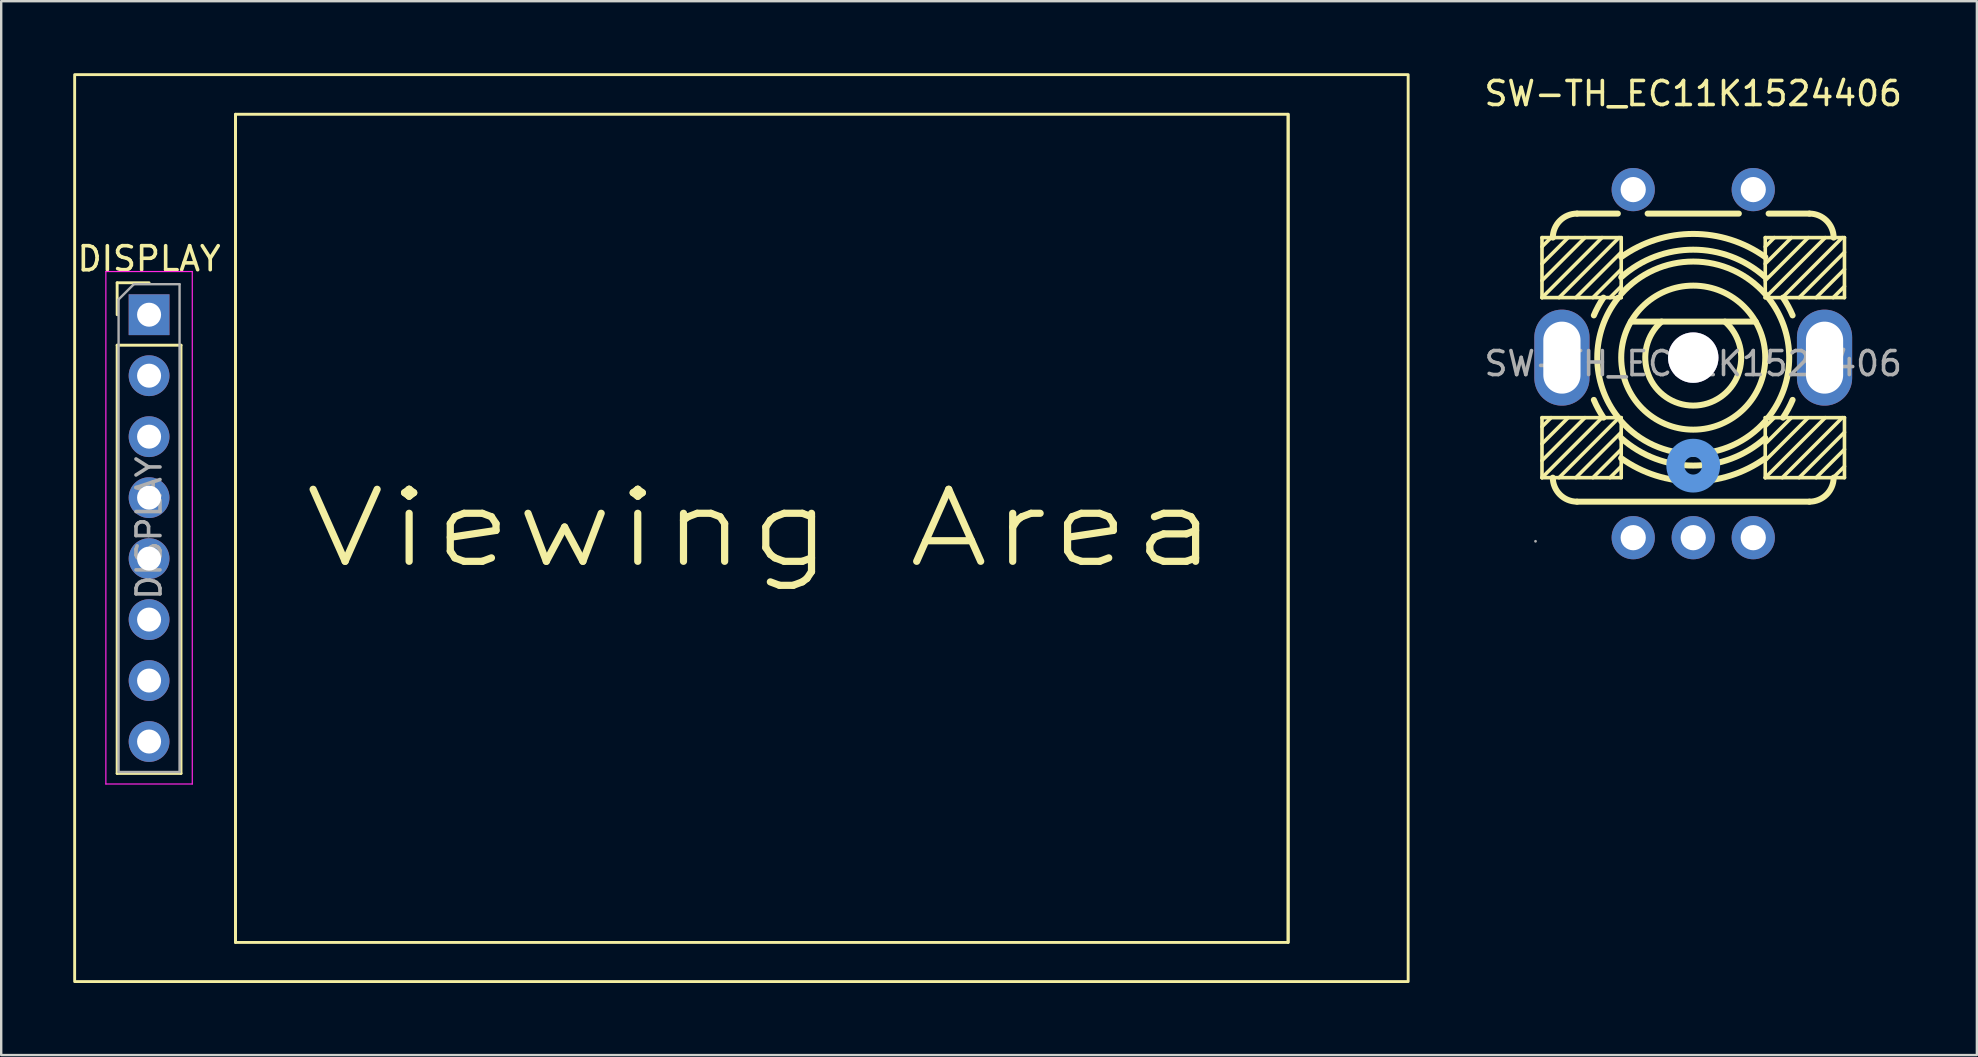
<source format=kicad_pcb>
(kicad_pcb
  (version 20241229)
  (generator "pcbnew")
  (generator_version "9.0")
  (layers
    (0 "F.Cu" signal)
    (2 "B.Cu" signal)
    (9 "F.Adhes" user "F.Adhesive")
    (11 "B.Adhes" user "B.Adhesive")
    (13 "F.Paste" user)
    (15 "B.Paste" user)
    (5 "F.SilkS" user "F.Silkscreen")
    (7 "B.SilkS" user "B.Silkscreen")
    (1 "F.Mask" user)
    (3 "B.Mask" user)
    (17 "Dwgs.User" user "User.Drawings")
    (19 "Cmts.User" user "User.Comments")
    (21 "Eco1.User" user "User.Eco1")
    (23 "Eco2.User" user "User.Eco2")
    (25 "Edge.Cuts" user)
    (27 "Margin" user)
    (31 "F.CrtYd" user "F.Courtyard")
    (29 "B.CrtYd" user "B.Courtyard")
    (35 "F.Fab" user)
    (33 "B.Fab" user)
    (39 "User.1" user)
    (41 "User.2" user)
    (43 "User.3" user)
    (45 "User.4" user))
  (footprint "SW-TH_EC11K1524406"
    (layer "F.Cu")
    (at 67.485 12.098)
    (property "Reference" "SW-TH_EC11K1524406" (at 0 -11.25 0) (layer "F.SilkS") (effects (font (size 1 1) (thickness 0.15))))
    (attr through_hole)
    (fp_line (start -6.3 -5.25) (end -3 -5.25) (stroke (width 0.15) (type solid)) (layer "F.SilkS"))
    (fp_line (start -6.3 -4.87) (end -5.92 -5.25) (stroke (width 0.15) (type solid)) (layer "F.SilkS"))
    (fp_line (start -6.3 -4.16) (end -5.21 -5.25) (stroke (width 0.15) (type solid)) (layer "F.SilkS"))
    (fp_line (start -6.3 -3.46) (end -4.51 -5.25) (stroke (width 0.15) (type solid)) (layer "F.SilkS"))
    (fp_line (start -6.3 -2.75) (end -6.3 -5.25) (stroke (width 0.15) (type solid)) (layer "F.SilkS"))
    (fp_line (start -6.3 -2.75) (end -3.8 -5.25) (stroke (width 0.15) (type solid)) (layer "F.SilkS"))
    (fp_line (start -6.3 2.25) (end -3 2.25) (stroke (width 0.15) (type solid)) (layer "F.SilkS"))
    (fp_line (start -6.3 2.63) (end -5.92 2.25) (stroke (width 0.15) (type solid)) (layer "F.SilkS"))
    (fp_line (start -6.3 3.34) (end -5.21 2.25) (stroke (width 0.15) (type solid)) (layer "F.SilkS"))
    (fp_line (start -6.3 4.04) (end -4.51 2.25) (stroke (width 0.15) (type solid)) (layer "F.SilkS"))
    (fp_line (start -6.3 4.75) (end -6.3 2.25) (stroke (width 0.15) (type solid)) (layer "F.SilkS"))
    (fp_line (start -6.3 4.75) (end -3.8 2.25) (stroke (width 0.15) (type solid)) (layer "F.SilkS"))
    (fp_line (start -5.59 -2.75) (end -3.09 -5.25) (stroke (width 0.15) (type solid)) (layer "F.SilkS"))
    (fp_line (start -5.59 4.75) (end -3.09 2.25) (stroke (width 0.15) (type solid)) (layer "F.SilkS"))
    (fp_line (start -4.89 -2.75) (end -3 -4.64) (stroke (width 0.15) (type solid)) (layer "F.SilkS"))
    (fp_line (start -4.89 4.75) (end -3 2.86) (stroke (width 0.15) (type solid)) (layer "F.SilkS"))
    (fp_line (start -4.84 -6.25) (end -3.14 -6.25) (stroke (width 0.25) (type solid)) (layer "F.SilkS"))
    (fp_line (start -4.84 5.75) (end 4.84 5.75) (stroke (width 0.25) (type solid)) (layer "F.SilkS"))
    (fp_line (start -4.18 -2.75) (end -3 -3.93) (stroke (width 0.15) (type solid)) (layer "F.SilkS"))
    (fp_line (start -4.18 4.75) (end -3 3.57) (stroke (width 0.15) (type solid)) (layer "F.SilkS"))
    (fp_line (start -3.47 -2.75) (end -3 -3.22) (stroke (width 0.15) (type solid)) (layer "F.SilkS"))
    (fp_line (start -3.47 4.75) (end -3 4.28) (stroke (width 0.15) (type solid)) (layer "F.SilkS"))
    (fp_line (start -3 -5.25) (end -3 -2.75) (stroke (width 0.15) (type solid)) (layer "F.SilkS"))
    (fp_line (start -3 -2.75) (end -6.3 -2.75) (stroke (width 0.15) (type solid)) (layer "F.SilkS"))
    (fp_line (start -3 2.25) (end -3 4.75) (stroke (width 0.15) (type solid)) (layer "F.SilkS"))
    (fp_line (start -3 4.75) (end -6.3 4.75) (stroke (width 0.15) (type solid)) (layer "F.SilkS"))
    (fp_line (start -2.6 -1.75) (end 2.6 -1.75) (stroke (width 0.25) (type solid)) (layer "F.SilkS"))
    (fp_line (start -1.9 -6.25) (end 1.9 -6.25) (stroke (width 0.25) (type solid)) (layer "F.SilkS"))
    (fp_line (start 3 -5.25) (end 6.3 -5.25) (stroke (width 0.15) (type solid)) (layer "F.SilkS"))
    (fp_line (start 3 -4.87) (end 3.38 -5.25) (stroke (width 0.15) (type solid)) (layer "F.SilkS"))
    (fp_line (start 3 -4.16) (end 4.09 -5.25) (stroke (width 0.15) (type solid)) (layer "F.SilkS"))
    (fp_line (start 3 -3.46) (end 4.79 -5.25) (stroke (width 0.15) (type solid)) (layer "F.SilkS"))
    (fp_line (start 3 -2.75) (end 3 -5.25) (stroke (width 0.15) (type solid)) (layer "F.SilkS"))
    (fp_line (start 3 -2.75) (end 5.5 -5.25) (stroke (width 0.15) (type solid)) (layer "F.SilkS"))
    (fp_line (start 3 2.25) (end 6.3 2.25) (stroke (width 0.15) (type solid)) (layer "F.SilkS"))
    (fp_line (start 3 2.63) (end 3.38 2.25) (stroke (width 0.15) (type solid)) (layer "F.SilkS"))
    (fp_line (start 3 3.34) (end 4.09 2.25) (stroke (width 0.15) (type solid)) (layer "F.SilkS"))
    (fp_line (start 3 4.04) (end 4.79 2.25) (stroke (width 0.15) (type solid)) (layer "F.SilkS"))
    (fp_line (start 3 4.75) (end 3 2.25) (stroke (width 0.15) (type solid)) (layer "F.SilkS"))
    (fp_line (start 3 4.75) (end 5.5 2.25) (stroke (width 0.15) (type solid)) (layer "F.SilkS"))
    (fp_line (start 3.14 -6.25) (end 4.84 -6.25) (stroke (width 0.25) (type solid)) (layer "F.SilkS"))
    (fp_line (start 3.71 -2.75) (end 6.21 -5.25) (stroke (width 0.15) (type solid)) (layer "F.SilkS"))
    (fp_line (start 3.71 4.75) (end 6.21 2.25) (stroke (width 0.15) (type solid)) (layer "F.SilkS"))
    (fp_line (start 4.41 -2.75) (end 6.3 -4.64) (stroke (width 0.15) (type solid)) (layer "F.SilkS"))
    (fp_line (start 4.41 4.75) (end 6.3 2.86) (stroke (width 0.15) (type solid)) (layer "F.SilkS"))
    (fp_line (start 5.12 -2.75) (end 6.3 -3.93) (stroke (width 0.15) (type solid)) (layer "F.SilkS"))
    (fp_line (start 5.12 4.75) (end 6.3 3.57) (stroke (width 0.15) (type solid)) (layer "F.SilkS"))
    (fp_line (start 5.83 -2.75) (end 6.3 -3.22) (stroke (width 0.15) (type solid)) (layer "F.SilkS"))
    (fp_line (start 5.83 4.75) (end 6.3 4.28) (stroke (width 0.15) (type solid)) (layer "F.SilkS"))
    (fp_line (start 6.3 -5.25) (end 6.3 -2.75) (stroke (width 0.15) (type solid)) (layer "F.SilkS"))
    (fp_line (start 6.3 -2.75) (end 3 -2.75) (stroke (width 0.15) (type solid)) (layer "F.SilkS"))
    (fp_line (start 6.3 2.25) (end 6.3 4.75) (stroke (width 0.15) (type solid)) (layer "F.SilkS"))
    (fp_line (start 6.3 4.75) (end 3 4.75) (stroke (width 0.15) (type solid)) (layer "F.SilkS"))
    (fp_arc (start -5.85 -5.25) (mid -5.550623 -5.957785) (end -4.839872 -6.250049) (stroke (width 0.25) (type solid)) (layer "F.SilkS"))
    (fp_arc (start -4.84 5.75) (mid -5.550679 5.457659) (end -5.849952 4.749871) (stroke (width 0.25) (type solid)) (layer "F.SilkS"))
    (fp_arc (start -4.14 -2.01) (mid -3.957303 -2.389381) (end -3.739935 -2.750017) (stroke (width 0.25) (type solid)) (layer "F.SilkS"))
    (fp_arc (start -3.74 2.25) (mid -3.957366 1.889358) (end -4.14006 1.509971) (stroke (width 0.25) (type solid)) (layer "F.SilkS"))
    (fp_arc (start -3.12 2.25) (mid -3.998049 -0.248285) (end -3.122143 -2.747323) (stroke (width 0.25) (type solid)) (layer "F.SilkS"))
    (fp_arc (start -3 -4.44) (mid 0.002491 -5.403261) (end 3.00405 -4.437098) (stroke (width 0.25) (type solid)) (layer "F.SilkS"))
    (fp_arc (start -3 -3.6) (mid -0.002759 -4.746943) (end 2.995887 -3.603679) (stroke (width 0.25) (type solid)) (layer "F.SilkS"))
    (fp_arc (start -3 -2.9) (mid 0.00316 -4.25281) (end 3.00418 -2.89526) (stroke (width 0.25) (type solid)) (layer "F.SilkS"))
    (fp_arc (start 1.32 -1.75) (mid -0.001666 1.748098) (end -1.317497 -1.752199) (stroke (width 0.25) (type solid)) (layer "F.SilkS"))
    (fp_arc (start 3 2.4) (mid -0.00316 3.75281) (end -3.00418 2.39526) (stroke (width 0.25) (type solid)) (layer "F.SilkS"))
    (fp_arc (start 3 3.1) (mid 0.002759 4.246943) (end -2.995887 3.103679) (stroke (width 0.25) (type solid)) (layer "F.SilkS"))
    (fp_arc (start 3 3.94) (mid -0.002491 4.903261) (end -3.00405 3.937098) (stroke (width 0.25) (type solid)) (layer "F.SilkS"))
    (fp_arc (start 3.12 -2.75) (mid 3.998049 -0.251715) (end 3.122143 2.247323) (stroke (width 0.25) (type solid)) (layer "F.SilkS"))
    (fp_arc (start 3.74 -2.75) (mid 3.957366 -2.389358) (end 4.14006 -2.009971) (stroke (width 0.25) (type solid)) (layer "F.SilkS"))
    (fp_arc (start 4.14 1.51) (mid 3.957303 1.889381) (end 3.739935 2.250017) (stroke (width 0.25) (type solid)) (layer "F.SilkS"))
    (fp_arc (start 4.84 -6.25) (mid 5.550679 -5.957659) (end 5.849952 -5.249871) (stroke (width 0.25) (type solid)) (layer "F.SilkS"))
    (fp_arc (start 5.85 4.75) (mid 5.550623 5.457785) (end 4.839872 5.750049) (stroke (width 0.25) (type solid)) (layer "F.SilkS"))
    (fp_circle (center 0 -0.25) (end 3 -0.25) (stroke (width 0.25) (type solid)) (fill no) (layer "F.SilkS"))
    (fp_circle (center 0 -0.25) (end 0.5 -0.25) (stroke (width 1) (type solid)) (fill no) (layer "Cmts.User"))
    (fp_circle (center 0 4.25) (end 0.37 4.25) (stroke (width 0.75) (type solid)) (fill no) (layer "Cmts.User"))
    (fp_circle (center -6.57 7.4) (end -6.54 7.4) (stroke (width 0.06) (type solid)) (fill no) (layer "F.Fab"))
    (fp_text user "${REFERENCE}" (at 0 0 0) (layer "F.Fab") (effects (font (size 1 1) (thickness 0.15))))
    (pad "" thru_hole circle (at 0 -0.25) (size 2.1 2.1) (drill 2.1) (layers "*.Cu" "*.Mask"))
    (pad "A" thru_hole circle (at -2.5 7.25) (size 1.8 1.8) (drill 1.05) (layers "*.Cu" "*.Paste" "*.Mask"))
    (pad "B" thru_hole circle (at 2.5 7.25) (size 1.8 1.8) (drill 1.05) (layers "*.Cu" "*.Paste" "*.Mask"))
    (pad "C" thru_hole circle (at 0 7.25) (size 1.8 1.8) (drill 1.05) (layers "*.Cu" "*.Paste" "*.Mask"))
    (pad "D" thru_hole circle (at -2.5 -7.25) (size 1.8 1.8) (drill 1.05) (layers "*.Cu" "*.Paste" "*.Mask"))
    (pad "E" thru_hole circle (at 2.5 -7.25) (size 1.8 1.8) (drill 1.05) (layers "*.Cu" "*.Paste" "*.Mask"))
    (pad "MH1" thru_hole oval (at -5.47 -0.25 90) (size 4 2.3) (drill oval 3 1.55) (layers "*.Cu" "*.Paste" "*.Mask"))
    (pad "MH2" thru_hole oval (at 5.47 -0.25 90) (size 4 2.3) (drill oval 3 1.55) (layers "*.Cu" "*.Paste" "*.Mask")))
  (footprint "DISPLAY"
    (layer "F.Cu")
    (at 28.66 18.96)
    (property "Reference" "DISPLAY" (at -25.5 -11.23 0) (layer "F.SilkS") (effects (font (size 1 1) (thickness 0.15))))
    (attr through_hole)
    (fp_line (start -26.83 -10.23) (end -25.5 -10.23) (stroke (width 0.12) (type solid)) (layer "F.SilkS"))
    (fp_line (start -26.83 -8.9) (end -26.83 -10.23) (stroke (width 0.12) (type solid)) (layer "F.SilkS"))
    (fp_line (start -26.83 -7.63) (end -26.83 10.21) (stroke (width 0.12) (type solid)) (layer "F.SilkS"))
    (fp_line (start -26.83 -7.63) (end -24.17 -7.63) (stroke (width 0.12) (type solid)) (layer "F.SilkS"))
    (fp_line (start -26.83 10.21) (end -24.17 10.21) (stroke (width 0.12) (type solid)) (layer "F.SilkS"))
    (fp_line (start -24.17 -7.63) (end -24.17 10.21) (stroke (width 0.12) (type solid)) (layer "F.SilkS"))
    (fp_line (start -21.9 -17.25) (end -21.9 17.25) (stroke (width 0.12) (type solid)) (layer "F.SilkS"))
    (fp_line (start 21.95 -17.25) (end 21.95 17.25) (stroke (width 0.12) (type solid)) (layer "F.SilkS"))
    (fp_rect (start -28.6 -18.9) (end 26.95 18.88) (stroke (width 0.12) (type solid)) (fill no) (layer "F.SilkS"))
    (fp_rect (start -21.9 -17.25) (end 21.95 17.25) (stroke (width 0.12) (type solid)) (fill no) (layer "F.SilkS"))
    (fp_line (start -27.3 -10.7) (end -27.3 10.65) (stroke (width 0.05) (type solid)) (layer "F.CrtYd"))
    (fp_line (start -27.3 10.65) (end -23.7 10.65) (stroke (width 0.05) (type solid)) (layer "F.CrtYd"))
    (fp_line (start -23.7 -10.7) (end -27.3 -10.7) (stroke (width 0.05) (type solid)) (layer "F.CrtYd"))
    (fp_line (start -23.7 10.65) (end -23.7 -10.7) (stroke (width 0.05) (type solid)) (layer "F.CrtYd"))
    (fp_line (start -26.77 -9.535) (end -26.135 -10.17) (stroke (width 0.1) (type solid)) (layer "F.Fab"))
    (fp_line (start -26.77 10.15) (end -26.77 -9.535) (stroke (width 0.1) (type solid)) (layer "F.Fab"))
    (fp_line (start -26.135 -10.17) (end -24.23 -10.17) (stroke (width 0.1) (type solid)) (layer "F.Fab"))
    (fp_line (start -24.23 -10.17) (end -24.23 10.15) (stroke (width 0.1) (type solid)) (layer "F.Fab"))
    (fp_line (start -24.23 10.15) (end -26.77 10.15) (stroke (width 0.1) (type solid)) (layer "F.Fab"))
    (fp_text user "Viewing Area" (at 0 0 0) (unlocked yes) (layer "F.SilkS") (effects (font (size 3 4) (thickness 0.3))))
    (fp_text user "${REFERENCE}" (at -25.5 -0.01 90) (layer "F.Fab") (effects (font (size 1 1) (thickness 0.15))))
    (pad "1" thru_hole rect (at -25.5 -8.9) (size 1.7 1.7) (drill 1) (layers "*.Cu" "*.Mask"))
    (pad "2" thru_hole oval (at -25.5 -6.36) (size 1.7 1.7) (drill 1) (layers "*.Cu" "*.Mask"))
    (pad "3" thru_hole oval (at -25.5 -3.82) (size 1.7 1.7) (drill 1) (layers "*.Cu" "*.Mask"))
    (pad "4" thru_hole oval (at -25.5 -1.28) (size 1.7 1.7) (drill 1) (layers "*.Cu" "*.Mask"))
    (pad "5" thru_hole oval (at -25.5 1.26) (size 1.7 1.7) (drill 1) (layers "*.Cu" "*.Mask"))
    (pad "6" thru_hole oval (at -25.5 3.8) (size 1.7 1.7) (drill 1) (layers "*.Cu" "*.Mask"))
    (pad "7" thru_hole oval (at -25.5 6.34) (size 1.7 1.7) (drill 1) (layers "*.Cu" "*.Mask"))
    (pad "8" thru_hole oval (at -25.5 8.88) (size 1.7 1.7) (drill 1) (layers "*.Cu" "*.Mask"))
    (zone (net_name "") (layer "F.Cu") (hatch edge 0.508) (connect_pads) (min_thickness 0.254) (filled_areas_thickness no) (keepout (tracks allowed) (vias allowed) (pads allowed) (copperpour allowed) (footprints not_allowed)) (placement (enabled no)) (fill) (polygon (pts (xy 55.61 37.84) (xy 0.06 37.84) (xy 0.06 0.06) (xy 55.61 0.06)))))
  (gr_rect
    (start -3 -3)
    (end 79.301 40.9)
    (stroke (width 0.1) (type default))
    (fill no)
    (layer "Edge.Cuts")))
</source>
